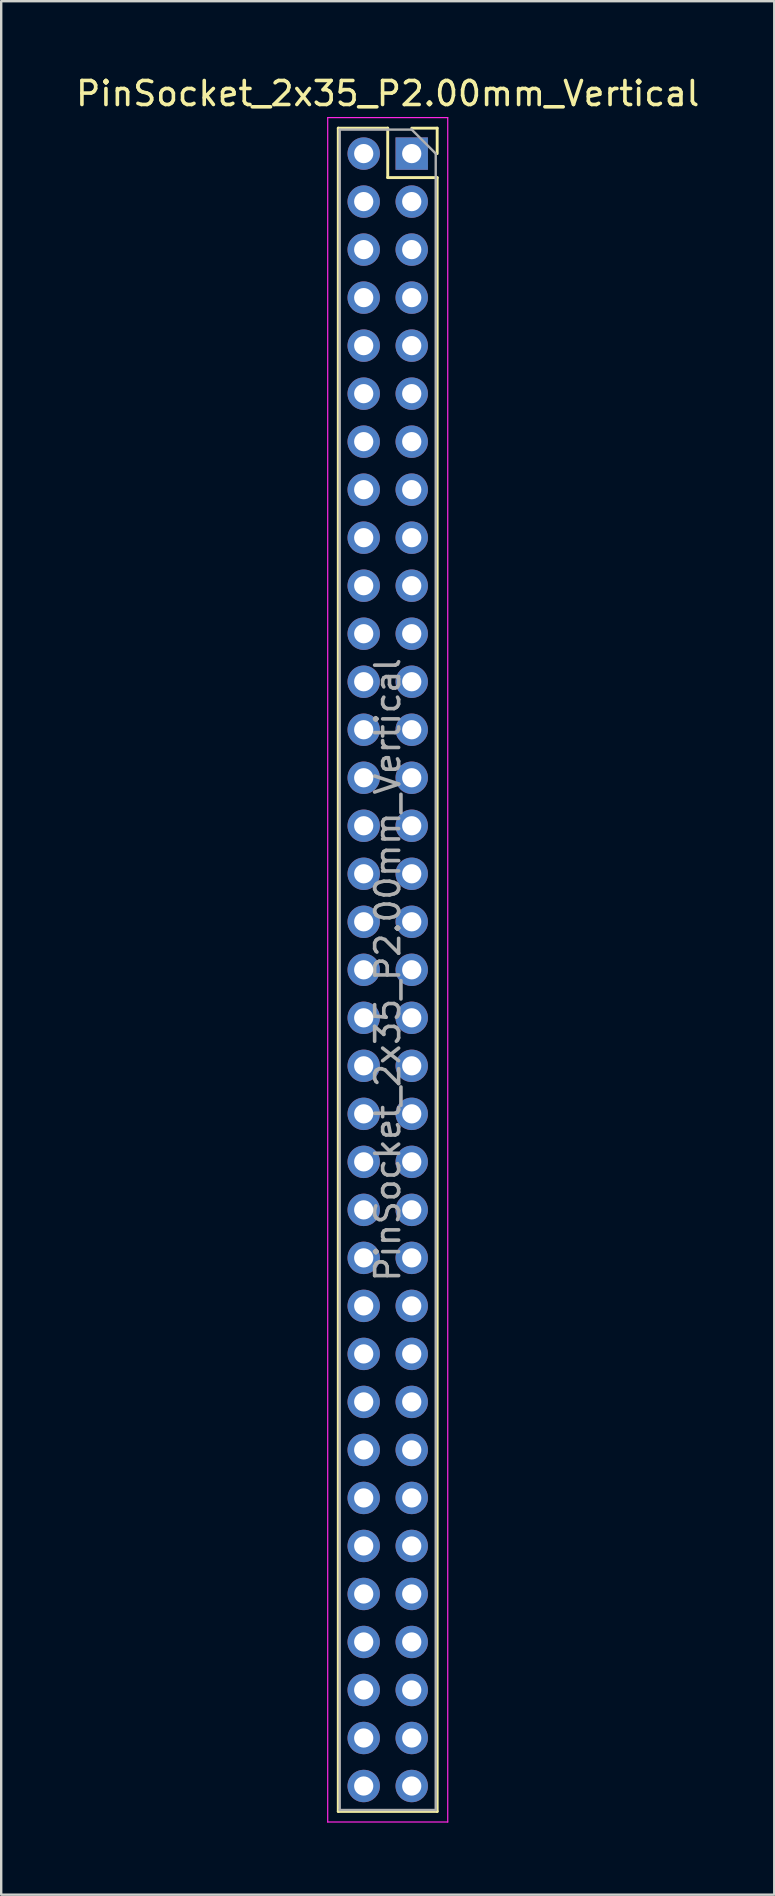
<source format=kicad_pcb>
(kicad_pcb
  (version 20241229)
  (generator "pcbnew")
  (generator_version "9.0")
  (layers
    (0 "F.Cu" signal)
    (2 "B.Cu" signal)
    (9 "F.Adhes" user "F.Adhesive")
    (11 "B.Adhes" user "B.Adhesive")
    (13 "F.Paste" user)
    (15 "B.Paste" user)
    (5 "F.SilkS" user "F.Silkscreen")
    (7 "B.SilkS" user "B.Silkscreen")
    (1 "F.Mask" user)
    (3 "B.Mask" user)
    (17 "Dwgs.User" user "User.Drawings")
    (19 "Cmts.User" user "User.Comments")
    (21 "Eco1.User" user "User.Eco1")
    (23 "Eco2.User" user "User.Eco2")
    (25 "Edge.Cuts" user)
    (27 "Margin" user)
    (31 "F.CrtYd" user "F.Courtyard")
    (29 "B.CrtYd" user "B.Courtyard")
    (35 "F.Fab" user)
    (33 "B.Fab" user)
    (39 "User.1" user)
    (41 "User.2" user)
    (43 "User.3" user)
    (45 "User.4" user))
  (footprint "PinSocket_2x35_P2.00mm_Vertical"
    (layer "F.Cu")
    (at 14.101 3.348)
    (property "Reference" "PinSocket_2x35_P2.00mm_Vertical" (at -1 -2.5 0) (layer "F.SilkS") (effects (font (size 1 1) (thickness 0.15))))
    (attr through_hole)
    (fp_line (start -3.06 -1.06) (end -3.06 69.06) (stroke (width 0.12) (type solid)) (layer "F.SilkS"))
    (fp_line (start -3.06 -1.06) (end -1 -1.06) (stroke (width 0.12) (type solid)) (layer "F.SilkS"))
    (fp_line (start -3.06 69.06) (end 1.06 69.06) (stroke (width 0.12) (type solid)) (layer "F.SilkS"))
    (fp_line (start -1 -1.06) (end -1 1) (stroke (width 0.12) (type solid)) (layer "F.SilkS"))
    (fp_line (start -1 1) (end 1.06 1) (stroke (width 0.12) (type solid)) (layer "F.SilkS"))
    (fp_line (start 0 -1.06) (end 1.06 -1.06) (stroke (width 0.12) (type solid)) (layer "F.SilkS"))
    (fp_line (start 1.06 -1.06) (end 1.06 0) (stroke (width 0.12) (type solid)) (layer "F.SilkS"))
    (fp_line (start 1.06 1) (end 1.06 69.06) (stroke (width 0.12) (type solid)) (layer "F.SilkS"))
    (fp_line (start -3.5 -1.5) (end 1.5 -1.5) (stroke (width 0.05) (type solid)) (layer "F.CrtYd"))
    (fp_line (start -3.5 69.5) (end -3.5 -1.5) (stroke (width 0.05) (type solid)) (layer "F.CrtYd"))
    (fp_line (start 1.5 -1.5) (end 1.5 69.5) (stroke (width 0.05) (type solid)) (layer "F.CrtYd"))
    (fp_line (start 1.5 69.5) (end -3.5 69.5) (stroke (width 0.05) (type solid)) (layer "F.CrtYd"))
    (fp_line (start -3 -1) (end 0 -1) (stroke (width 0.1) (type solid)) (layer "F.Fab"))
    (fp_line (start -3 69) (end -3 -1) (stroke (width 0.1) (type solid)) (layer "F.Fab"))
    (fp_line (start 0 -1) (end 1 0) (stroke (width 0.1) (type solid)) (layer "F.Fab"))
    (fp_line (start 1 0) (end 1 69) (stroke (width 0.1) (type solid)) (layer "F.Fab"))
    (fp_line (start 1 69) (end -3 69) (stroke (width 0.1) (type solid)) (layer "F.Fab"))
    (fp_text user "${REFERENCE}" (at -1 34 90) (layer "F.Fab") (effects (font (size 1 1) (thickness 0.15))))
    (pad "1" thru_hole rect (at 0 0) (size 1.35 1.35) (drill 0.8) (layers "*.Cu" "*.Mask"))
    (pad "2" thru_hole circle (at -2 0) (size 1.35 1.35) (drill 0.8) (layers "*.Cu" "*.Mask"))
    (pad "3" thru_hole circle (at 0 2) (size 1.35 1.35) (drill 0.8) (layers "*.Cu" "*.Mask"))
    (pad "4" thru_hole circle (at -2 2) (size 1.35 1.35) (drill 0.8) (layers "*.Cu" "*.Mask"))
    (pad "5" thru_hole circle (at 0 4) (size 1.35 1.35) (drill 0.8) (layers "*.Cu" "*.Mask"))
    (pad "6" thru_hole circle (at -2 4) (size 1.35 1.35) (drill 0.8) (layers "*.Cu" "*.Mask"))
    (pad "7" thru_hole circle (at 0 6) (size 1.35 1.35) (drill 0.8) (layers "*.Cu" "*.Mask"))
    (pad "8" thru_hole circle (at -2 6) (size 1.35 1.35) (drill 0.8) (layers "*.Cu" "*.Mask"))
    (pad "9" thru_hole circle (at 0 8) (size 1.35 1.35) (drill 0.8) (layers "*.Cu" "*.Mask"))
    (pad "10" thru_hole circle (at -2 8) (size 1.35 1.35) (drill 0.8) (layers "*.Cu" "*.Mask"))
    (pad "11" thru_hole circle (at 0 10) (size 1.35 1.35) (drill 0.8) (layers "*.Cu" "*.Mask"))
    (pad "12" thru_hole circle (at -2 10) (size 1.35 1.35) (drill 0.8) (layers "*.Cu" "*.Mask"))
    (pad "13" thru_hole circle (at 0 12) (size 1.35 1.35) (drill 0.8) (layers "*.Cu" "*.Mask"))
    (pad "14" thru_hole circle (at -2 12) (size 1.35 1.35) (drill 0.8) (layers "*.Cu" "*.Mask"))
    (pad "15" thru_hole circle (at 0 14) (size 1.35 1.35) (drill 0.8) (layers "*.Cu" "*.Mask"))
    (pad "16" thru_hole circle (at -2 14) (size 1.35 1.35) (drill 0.8) (layers "*.Cu" "*.Mask"))
    (pad "17" thru_hole circle (at 0 16) (size 1.35 1.35) (drill 0.8) (layers "*.Cu" "*.Mask"))
    (pad "18" thru_hole circle (at -2 16) (size 1.35 1.35) (drill 0.8) (layers "*.Cu" "*.Mask"))
    (pad "19" thru_hole circle (at 0 18) (size 1.35 1.35) (drill 0.8) (layers "*.Cu" "*.Mask"))
    (pad "20" thru_hole circle (at -2 18) (size 1.35 1.35) (drill 0.8) (layers "*.Cu" "*.Mask"))
    (pad "21" thru_hole circle (at 0 20) (size 1.35 1.35) (drill 0.8) (layers "*.Cu" "*.Mask"))
    (pad "22" thru_hole circle (at -2 20) (size 1.35 1.35) (drill 0.8) (layers "*.Cu" "*.Mask"))
    (pad "23" thru_hole circle (at 0 22) (size 1.35 1.35) (drill 0.8) (layers "*.Cu" "*.Mask"))
    (pad "24" thru_hole circle (at -2 22) (size 1.35 1.35) (drill 0.8) (layers "*.Cu" "*.Mask"))
    (pad "25" thru_hole circle (at 0 24) (size 1.35 1.35) (drill 0.8) (layers "*.Cu" "*.Mask"))
    (pad "26" thru_hole circle (at -2 24) (size 1.35 1.35) (drill 0.8) (layers "*.Cu" "*.Mask"))
    (pad "27" thru_hole circle (at 0 26) (size 1.35 1.35) (drill 0.8) (layers "*.Cu" "*.Mask"))
    (pad "28" thru_hole circle (at -2 26) (size 1.35 1.35) (drill 0.8) (layers "*.Cu" "*.Mask"))
    (pad "29" thru_hole circle (at 0 28) (size 1.35 1.35) (drill 0.8) (layers "*.Cu" "*.Mask"))
    (pad "30" thru_hole circle (at -2 28) (size 1.35 1.35) (drill 0.8) (layers "*.Cu" "*.Mask"))
    (pad "31" thru_hole circle (at 0 30) (size 1.35 1.35) (drill 0.8) (layers "*.Cu" "*.Mask"))
    (pad "32" thru_hole circle (at -2 30) (size 1.35 1.35) (drill 0.8) (layers "*.Cu" "*.Mask"))
    (pad "33" thru_hole circle (at 0 32) (size 1.35 1.35) (drill 0.8) (layers "*.Cu" "*.Mask"))
    (pad "34" thru_hole circle (at -2 32) (size 1.35 1.35) (drill 0.8) (layers "*.Cu" "*.Mask"))
    (pad "35" thru_hole circle (at 0 34) (size 1.35 1.35) (drill 0.8) (layers "*.Cu" "*.Mask"))
    (pad "36" thru_hole circle (at -2 34) (size 1.35 1.35) (drill 0.8) (layers "*.Cu" "*.Mask"))
    (pad "37" thru_hole circle (at 0 36) (size 1.35 1.35) (drill 0.8) (layers "*.Cu" "*.Mask"))
    (pad "38" thru_hole circle (at -2 36) (size 1.35 1.35) (drill 0.8) (layers "*.Cu" "*.Mask"))
    (pad "39" thru_hole circle (at 0 38) (size 1.35 1.35) (drill 0.8) (layers "*.Cu" "*.Mask"))
    (pad "40" thru_hole circle (at -2 38) (size 1.35 1.35) (drill 0.8) (layers "*.Cu" "*.Mask"))
    (pad "41" thru_hole circle (at 0 40) (size 1.35 1.35) (drill 0.8) (layers "*.Cu" "*.Mask"))
    (pad "42" thru_hole circle (at -2 40) (size 1.35 1.35) (drill 0.8) (layers "*.Cu" "*.Mask"))
    (pad "43" thru_hole circle (at 0 42) (size 1.35 1.35) (drill 0.8) (layers "*.Cu" "*.Mask"))
    (pad "44" thru_hole circle (at -2 42) (size 1.35 1.35) (drill 0.8) (layers "*.Cu" "*.Mask"))
    (pad "45" thru_hole circle (at 0 44) (size 1.35 1.35) (drill 0.8) (layers "*.Cu" "*.Mask"))
    (pad "46" thru_hole circle (at -2 44) (size 1.35 1.35) (drill 0.8) (layers "*.Cu" "*.Mask"))
    (pad "47" thru_hole circle (at 0 46) (size 1.35 1.35) (drill 0.8) (layers "*.Cu" "*.Mask"))
    (pad "48" thru_hole circle (at -2 46) (size 1.35 1.35) (drill 0.8) (layers "*.Cu" "*.Mask"))
    (pad "49" thru_hole circle (at 0 48) (size 1.35 1.35) (drill 0.8) (layers "*.Cu" "*.Mask"))
    (pad "50" thru_hole circle (at -2 48) (size 1.35 1.35) (drill 0.8) (layers "*.Cu" "*.Mask"))
    (pad "51" thru_hole circle (at 0 50) (size 1.35 1.35) (drill 0.8) (layers "*.Cu" "*.Mask"))
    (pad "52" thru_hole circle (at -2 50) (size 1.35 1.35) (drill 0.8) (layers "*.Cu" "*.Mask"))
    (pad "53" thru_hole circle (at 0 52) (size 1.35 1.35) (drill 0.8) (layers "*.Cu" "*.Mask"))
    (pad "54" thru_hole circle (at -2 52) (size 1.35 1.35) (drill 0.8) (layers "*.Cu" "*.Mask"))
    (pad "55" thru_hole circle (at 0 54) (size 1.35 1.35) (drill 0.8) (layers "*.Cu" "*.Mask"))
    (pad "56" thru_hole circle (at -2 54) (size 1.35 1.35) (drill 0.8) (layers "*.Cu" "*.Mask"))
    (pad "57" thru_hole circle (at 0 56) (size 1.35 1.35) (drill 0.8) (layers "*.Cu" "*.Mask"))
    (pad "58" thru_hole circle (at -2 56) (size 1.35 1.35) (drill 0.8) (layers "*.Cu" "*.Mask"))
    (pad "59" thru_hole circle (at 0 58) (size 1.35 1.35) (drill 0.8) (layers "*.Cu" "*.Mask"))
    (pad "60" thru_hole circle (at -2 58) (size 1.35 1.35) (drill 0.8) (layers "*.Cu" "*.Mask"))
    (pad "61" thru_hole circle (at 0 60) (size 1.35 1.35) (drill 0.8) (layers "*.Cu" "*.Mask"))
    (pad "62" thru_hole circle (at -2 60) (size 1.35 1.35) (drill 0.8) (layers "*.Cu" "*.Mask"))
    (pad "63" thru_hole circle (at 0 62) (size 1.35 1.35) (drill 0.8) (layers "*.Cu" "*.Mask"))
    (pad "64" thru_hole circle (at -2 62) (size 1.35 1.35) (drill 0.8) (layers "*.Cu" "*.Mask"))
    (pad "65" thru_hole circle (at 0 64) (size 1.35 1.35) (drill 0.8) (layers "*.Cu" "*.Mask"))
    (pad "66" thru_hole circle (at -2 64) (size 1.35 1.35) (drill 0.8) (layers "*.Cu" "*.Mask"))
    (pad "67" thru_hole circle (at 0 66) (size 1.35 1.35) (drill 0.8) (layers "*.Cu" "*.Mask"))
    (pad "68" thru_hole circle (at -2 66) (size 1.35 1.35) (drill 0.8) (layers "*.Cu" "*.Mask"))
    (pad "69" thru_hole circle (at 0 68) (size 1.35 1.35) (drill 0.8) (layers "*.Cu" "*.Mask"))
    (pad "70" thru_hole circle (at -2 68) (size 1.35 1.35) (drill 0.8) (layers "*.Cu" "*.Mask")))
  (gr_rect
    (start -3 -3)
    (end 29.202 75.873)
    (stroke (width 0.1) (type default))
    (fill no)
    (layer "Edge.Cuts")))
</source>
